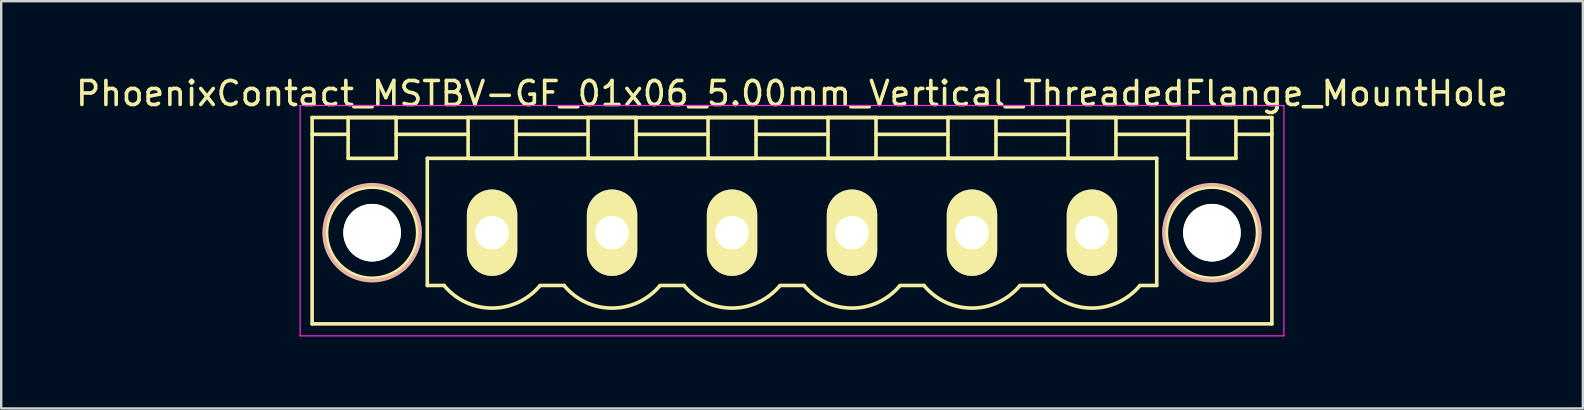
<source format=kicad_pcb>
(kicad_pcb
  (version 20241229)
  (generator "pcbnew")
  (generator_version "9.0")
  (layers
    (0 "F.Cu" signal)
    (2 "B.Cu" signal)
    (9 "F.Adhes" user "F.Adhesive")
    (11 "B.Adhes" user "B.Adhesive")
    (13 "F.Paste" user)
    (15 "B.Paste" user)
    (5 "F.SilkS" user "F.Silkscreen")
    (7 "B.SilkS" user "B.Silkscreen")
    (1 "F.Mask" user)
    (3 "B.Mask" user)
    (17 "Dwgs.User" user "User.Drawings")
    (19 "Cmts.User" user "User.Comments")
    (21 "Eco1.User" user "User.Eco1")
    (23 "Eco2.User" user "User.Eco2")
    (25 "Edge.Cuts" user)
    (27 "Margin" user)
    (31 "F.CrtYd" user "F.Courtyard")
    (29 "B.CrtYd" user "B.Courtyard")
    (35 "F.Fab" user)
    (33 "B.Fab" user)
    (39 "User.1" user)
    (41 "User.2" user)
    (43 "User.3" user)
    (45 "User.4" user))
  (footprint "PhoenixContact_MSTBV-GF_01x06_5.00mm_Vertical_ThreadedFlange_MountHole"
    (layer "F.Cu")
    (at 17.458 6.648)
    (property "Reference" "PhoenixContact_MSTBV-GF_01x06_5.00mm_Vertical_ThreadedFlange_MountHole" (at 12.5 -5.8 0) (layer "F.SilkS") (effects (font (size 1 1) (thickness 0.15))))
    (attr through_hole)
    (fp_line (start -7.5 -4.8) (end -7.5 3.8) (stroke (width 0.15) (type solid)) (layer "F.SilkS"))
    (fp_line (start -7.5 -4.1) (end -6 -4.1) (stroke (width 0.15) (type solid)) (layer "F.SilkS"))
    (fp_line (start -7.5 3.8) (end 32.5 3.8) (stroke (width 0.15) (type solid)) (layer "F.SilkS"))
    (fp_line (start -6 -4.8) (end -4 -4.8) (stroke (width 0.15) (type solid)) (layer "F.SilkS"))
    (fp_line (start -6 -3.1) (end -6 -4.8) (stroke (width 0.15) (type solid)) (layer "F.SilkS"))
    (fp_line (start -4 -4.8) (end -4 -3.1) (stroke (width 0.15) (type solid)) (layer "F.SilkS"))
    (fp_line (start -4 -4.1) (end -1 -4.1) (stroke (width 0.15) (type solid)) (layer "F.SilkS"))
    (fp_line (start -4 -3.1) (end -6 -3.1) (stroke (width 0.15) (type solid)) (layer "F.SilkS"))
    (fp_line (start -2.7 -3.1) (end 27.7 -3.1) (stroke (width 0.15) (type solid)) (layer "F.SilkS"))
    (fp_line (start -2.7 2.2) (end -2.7 -3.1) (stroke (width 0.15) (type solid)) (layer "F.SilkS"))
    (fp_line (start -2 2.2) (end -2.7 2.2) (stroke (width 0.15) (type solid)) (layer "F.SilkS"))
    (fp_line (start -1 -4.8) (end 1 -4.8) (stroke (width 0.15) (type solid)) (layer "F.SilkS"))
    (fp_line (start -1 -3.1) (end -1 -4.8) (stroke (width 0.15) (type solid)) (layer "F.SilkS"))
    (fp_line (start 1 -4.8) (end 1 -3.1) (stroke (width 0.15) (type solid)) (layer "F.SilkS"))
    (fp_line (start 1 -4.1) (end 4 -4.1) (stroke (width 0.15) (type solid)) (layer "F.SilkS"))
    (fp_line (start 1 -3.1) (end -1 -3.1) (stroke (width 0.15) (type solid)) (layer "F.SilkS"))
    (fp_line (start 2 2.2) (end 3 2.2) (stroke (width 0.15) (type solid)) (layer "F.SilkS"))
    (fp_line (start 4 -4.8) (end 6 -4.8) (stroke (width 0.15) (type solid)) (layer "F.SilkS"))
    (fp_line (start 4 -3.1) (end 4 -4.8) (stroke (width 0.15) (type solid)) (layer "F.SilkS"))
    (fp_line (start 6 -4.8) (end 6 -3.1) (stroke (width 0.15) (type solid)) (layer "F.SilkS"))
    (fp_line (start 6 -4.1) (end 9 -4.1) (stroke (width 0.15) (type solid)) (layer "F.SilkS"))
    (fp_line (start 6 -3.1) (end 4 -3.1) (stroke (width 0.15) (type solid)) (layer "F.SilkS"))
    (fp_line (start 7 2.2) (end 8 2.2) (stroke (width 0.15) (type solid)) (layer "F.SilkS"))
    (fp_line (start 9 -4.8) (end 11 -4.8) (stroke (width 0.15) (type solid)) (layer "F.SilkS"))
    (fp_line (start 9 -3.1) (end 9 -4.8) (stroke (width 0.15) (type solid)) (layer "F.SilkS"))
    (fp_line (start 11 -4.8) (end 11 -3.1) (stroke (width 0.15) (type solid)) (layer "F.SilkS"))
    (fp_line (start 11 -4.1) (end 14 -4.1) (stroke (width 0.15) (type solid)) (layer "F.SilkS"))
    (fp_line (start 11 -3.1) (end 9 -3.1) (stroke (width 0.15) (type solid)) (layer "F.SilkS"))
    (fp_line (start 12 2.2) (end 13 2.2) (stroke (width 0.15) (type solid)) (layer "F.SilkS"))
    (fp_line (start 14 -4.8) (end 16 -4.8) (stroke (width 0.15) (type solid)) (layer "F.SilkS"))
    (fp_line (start 14 -3.1) (end 14 -4.8) (stroke (width 0.15) (type solid)) (layer "F.SilkS"))
    (fp_line (start 16 -4.8) (end 16 -3.1) (stroke (width 0.15) (type solid)) (layer "F.SilkS"))
    (fp_line (start 16 -4.1) (end 19 -4.1) (stroke (width 0.15) (type solid)) (layer "F.SilkS"))
    (fp_line (start 16 -3.1) (end 14 -3.1) (stroke (width 0.15) (type solid)) (layer "F.SilkS"))
    (fp_line (start 17 2.2) (end 18 2.2) (stroke (width 0.15) (type solid)) (layer "F.SilkS"))
    (fp_line (start 19 -4.8) (end 21 -4.8) (stroke (width 0.15) (type solid)) (layer "F.SilkS"))
    (fp_line (start 19 -3.1) (end 19 -4.8) (stroke (width 0.15) (type solid)) (layer "F.SilkS"))
    (fp_line (start 21 -4.8) (end 21 -3.1) (stroke (width 0.15) (type solid)) (layer "F.SilkS"))
    (fp_line (start 21 -4.1) (end 24 -4.1) (stroke (width 0.15) (type solid)) (layer "F.SilkS"))
    (fp_line (start 21 -3.1) (end 19 -3.1) (stroke (width 0.15) (type solid)) (layer "F.SilkS"))
    (fp_line (start 22 2.2) (end 23 2.2) (stroke (width 0.15) (type solid)) (layer "F.SilkS"))
    (fp_line (start 24 -4.8) (end 26 -4.8) (stroke (width 0.15) (type solid)) (layer "F.SilkS"))
    (fp_line (start 24 -3.1) (end 24 -4.8) (stroke (width 0.15) (type solid)) (layer "F.SilkS"))
    (fp_line (start 26 -4.8) (end 26 -3.1) (stroke (width 0.15) (type solid)) (layer "F.SilkS"))
    (fp_line (start 26 -4.1) (end 29 -4.1) (stroke (width 0.15) (type solid)) (layer "F.SilkS"))
    (fp_line (start 26 -3.1) (end 24 -3.1) (stroke (width 0.15) (type solid)) (layer "F.SilkS"))
    (fp_line (start 27.7 -3.1) (end 27.7 2.2) (stroke (width 0.15) (type solid)) (layer "F.SilkS"))
    (fp_line (start 27.7 2.2) (end 27 2.2) (stroke (width 0.15) (type solid)) (layer "F.SilkS"))
    (fp_line (start 29 -4.8) (end 31 -4.8) (stroke (width 0.15) (type solid)) (layer "F.SilkS"))
    (fp_line (start 29 -3.1) (end 29 -4.8) (stroke (width 0.15) (type solid)) (layer "F.SilkS"))
    (fp_line (start 31 -4.8) (end 31 -3.1) (stroke (width 0.15) (type solid)) (layer "F.SilkS"))
    (fp_line (start 31 -3.1) (end 29 -3.1) (stroke (width 0.15) (type solid)) (layer "F.SilkS"))
    (fp_line (start 32.5 -4.8) (end -7.5 -4.8) (stroke (width 0.15) (type solid)) (layer "F.SilkS"))
    (fp_line (start 32.5 -4.1) (end 31 -4.1) (stroke (width 0.15) (type solid)) (layer "F.SilkS"))
    (fp_line (start 32.5 3.8) (end 32.5 -4.8) (stroke (width 0.15) (type solid)) (layer "F.SilkS"))
    (fp_arc (start 1.986842 2.215821) (mid -0.010289 3.142758) (end -2 2.2) (stroke (width 0.15) (type solid)) (layer "F.SilkS"))
    (fp_arc (start 6.986842 2.215821) (mid 4.989711 3.142758) (end 3 2.2) (stroke (width 0.15) (type solid)) (layer "F.SilkS"))
    (fp_arc (start 11.986842 2.215821) (mid 9.989711 3.142758) (end 8 2.2) (stroke (width 0.15) (type solid)) (layer "F.SilkS"))
    (fp_arc (start 16.986842 2.215821) (mid 14.989711 3.142758) (end 13 2.2) (stroke (width 0.15) (type solid)) (layer "F.SilkS"))
    (fp_arc (start 21.986842 2.215821) (mid 19.989711 3.142758) (end 18 2.2) (stroke (width 0.15) (type solid)) (layer "F.SilkS"))
    (fp_arc (start 26.986842 2.215821) (mid 24.989711 3.142758) (end 23 2.2) (stroke (width 0.15) (type solid)) (layer "F.SilkS"))
    (fp_circle (center -5 0) (end -4 0) (stroke (width 0.15) (type solid)) (fill no) (layer "F.SilkS"))
    (fp_circle (center -5 0) (end -3.1 0) (stroke (width 0.15) (type solid)) (fill no) (layer "F.SilkS"))
    (fp_circle (center 30 0) (end 31 0) (stroke (width 0.15) (type solid)) (fill no) (layer "F.SilkS"))
    (fp_circle (center 30 0) (end 31.9 0) (stroke (width 0.15) (type solid)) (fill no) (layer "F.SilkS"))
    (fp_circle (center -5 0) (end -3 0) (stroke (width 0.15) (type solid)) (fill no) (layer "B.SilkS"))
    (fp_circle (center 30 0) (end 32 0) (stroke (width 0.15) (type solid)) (fill no) (layer "B.SilkS"))
    (fp_line (start -8 -5.3) (end -8 4.3) (stroke (width 0.05) (type solid)) (layer "F.CrtYd"))
    (fp_line (start -8 4.3) (end 33 4.3) (stroke (width 0.05) (type solid)) (layer "F.CrtYd"))
    (fp_line (start 33 -5.3) (end -8 -5.3) (stroke (width 0.05) (type solid)) (layer "F.CrtYd"))
    (fp_line (start 33 4.3) (end 33 -5.3) (stroke (width 0.05) (type solid)) (layer "F.CrtYd"))
    (pad "" np_thru_hole circle (at -5 0) (size 2.4 2.4) (drill 2.4) (layers "*.Cu" "*.Mask" "F.SilkS"))
    (pad "" np_thru_hole circle (at 30 0) (size 2.4 2.4) (drill 2.4) (layers "*.Cu" "*.Mask" "F.SilkS"))
    (pad "1" thru_hole oval (at 0 0) (size 2.1 3.6) (drill 1.4) (layers "*.Cu" "*.Mask" "F.SilkS"))
    (pad "2" thru_hole oval (at 5 0) (size 2.1 3.6) (drill 1.4) (layers "*.Cu" "*.Mask" "F.SilkS"))
    (pad "3" thru_hole oval (at 10 0) (size 2.1 3.6) (drill 1.4) (layers "*.Cu" "*.Mask" "F.SilkS"))
    (pad "4" thru_hole oval (at 15 0) (size 2.1 3.6) (drill 1.4) (layers "*.Cu" "*.Mask" "F.SilkS"))
    (pad "5" thru_hole oval (at 20 0) (size 2.1 3.6) (drill 1.4) (layers "*.Cu" "*.Mask" "F.SilkS"))
    (pad "6" thru_hole oval (at 25 0) (size 2.1 3.6) (drill 1.4) (layers "*.Cu" "*.Mask" "F.SilkS")))
  (gr_rect
    (start -3 -3)
    (end 62.917 13.973)
    (stroke (width 0.1) (type default))
    (fill no)
    (layer "Edge.Cuts")))
</source>
